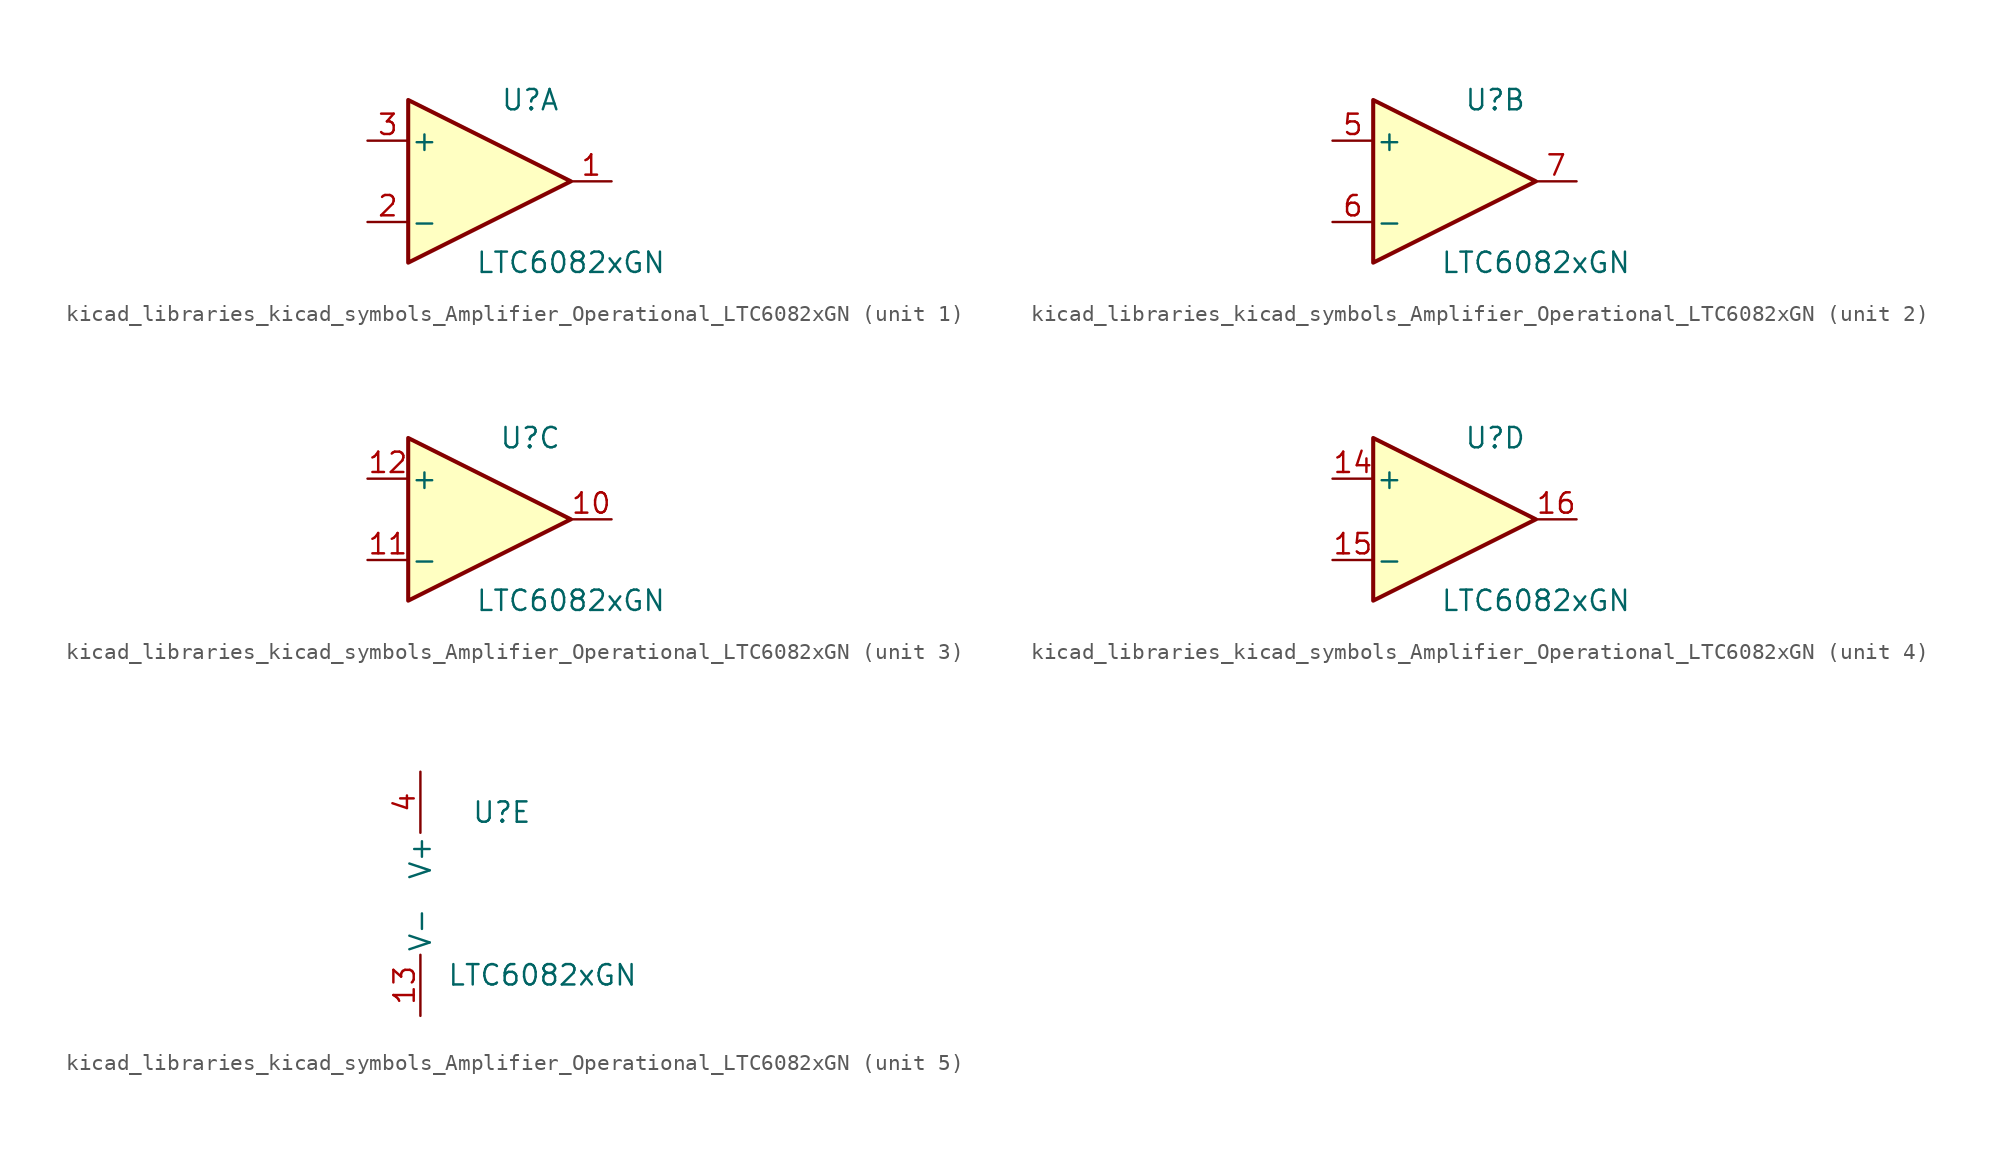
<source format=kicad_sym>
(kicad_symbol_lib
  (version 20220914)
  (generator kicad_symbol_editor)
  (symbol "kicad_libraries_kicad_symbols_Amplifier_Operational_LTC6082xGN"
    (pin_names
      (offset 0.127))
    (property "Reference" "U"
      (at 2.54 5.08 0)
      (effects (font (size 1.27 1.27))))
    (property "Value" "LTC6082xGN"
      (at 5.08 -5.08 0)
      (effects (font (size 1.27 1.27))))
    (property "ki_locked" ""
      (at 0 0 0)
      (effects (font (size 1.27 1.27))))
    (symbol "kicad_libraries_kicad_symbols_Amplifier_Operational_LTC6082xGN_1_1"
      (polyline (pts (xy -5.08 5.08) (xy 5.08 0) (xy -5.08 -5.08) (xy -5.08 5.08)) (stroke (width 0.254) (type default)) (fill (type background)))
      (pin output line (at 7.62 0 180) (length 2.54) (name "~" (effects (font (size 1.27 1.27)))) (number "1" (effects (font (size 1.27 1.27)))))
      (pin input line (at -7.62 -2.54 0) (length 2.54) (name "-" (effects (font (size 1.27 1.27)))) (number "2" (effects (font (size 1.27 1.27)))))
      (pin input line (at -7.62 2.54 0) (length 2.54) (name "+" (effects (font (size 1.27 1.27)))) (number "3" (effects (font (size 1.27 1.27)))))
      (pin no_connect line (at -2.54 -2.54 90) (length 2.54) hide (name "NC" (effects (font (size 1.27 1.27)))) (number "8" (effects (font (size 1.27 1.27)))))
      (pin no_connect line (at 0 -2.54 90) (length 2.54) hide (name "NC" (effects (font (size 1.27 1.27)))) (number "9" (effects (font (size 1.27 1.27))))))
    (symbol "kicad_libraries_kicad_symbols_Amplifier_Operational_LTC6082xGN_2_1"
      (polyline (pts (xy -5.08 5.08) (xy 5.08 0) (xy -5.08 -5.08) (xy -5.08 5.08)) (stroke (width 0.254) (type default)) (fill (type background)))
      (pin input line (at -7.62 2.54 0) (length 2.54) (name "+" (effects (font (size 1.27 1.27)))) (number "5" (effects (font (size 1.27 1.27)))))
      (pin input line (at -7.62 -2.54 0) (length 2.54) (name "-" (effects (font (size 1.27 1.27)))) (number "6" (effects (font (size 1.27 1.27)))))
      (pin output line (at 7.62 0 180) (length 2.54) (name "~" (effects (font (size 1.27 1.27)))) (number "7" (effects (font (size 1.27 1.27))))))
    (symbol "kicad_libraries_kicad_symbols_Amplifier_Operational_LTC6082xGN_3_1"
      (polyline (pts (xy -5.08 5.08) (xy 5.08 0) (xy -5.08 -5.08) (xy -5.08 5.08)) (stroke (width 0.254) (type default)) (fill (type background)))
      (pin output line (at 7.62 0 180) (length 2.54) (name "~" (effects (font (size 1.27 1.27)))) (number "10" (effects (font (size 1.27 1.27)))))
      (pin input line (at -7.62 -2.54 0) (length 2.54) (name "-" (effects (font (size 1.27 1.27)))) (number "11" (effects (font (size 1.27 1.27)))))
      (pin input line (at -7.62 2.54 0) (length 2.54) (name "+" (effects (font (size 1.27 1.27)))) (number "12" (effects (font (size 1.27 1.27))))))
    (symbol "kicad_libraries_kicad_symbols_Amplifier_Operational_LTC6082xGN_4_1"
      (polyline (pts (xy -5.08 5.08) (xy 5.08 0) (xy -5.08 -5.08) (xy -5.08 5.08)) (stroke (width 0.254) (type default)) (fill (type background)))
      (pin input line (at -7.62 2.54 0) (length 2.54) (name "+" (effects (font (size 1.27 1.27)))) (number "14" (effects (font (size 1.27 1.27)))))
      (pin input line (at -7.62 -2.54 0) (length 2.54) (name "-" (effects (font (size 1.27 1.27)))) (number "15" (effects (font (size 1.27 1.27)))))
      (pin output line (at 7.62 0 180) (length 2.54) (name "~" (effects (font (size 1.27 1.27)))) (number "16" (effects (font (size 1.27 1.27))))))
    (symbol "kicad_libraries_kicad_symbols_Amplifier_Operational_LTC6082xGN_5_1"
      (pin power_in line (at -2.54 -7.62 90) (length 3.81) (name "V-" (effects (font (size 1.27 1.27)))) (number "13" (effects (font (size 1.27 1.27)))))
      (pin power_in line (at -2.54 7.62 270) (length 3.81) (name "V+" (effects (font (size 1.27 1.27)))) (number "4" (effects (font (size 1.27 1.27))))))))
</source>
